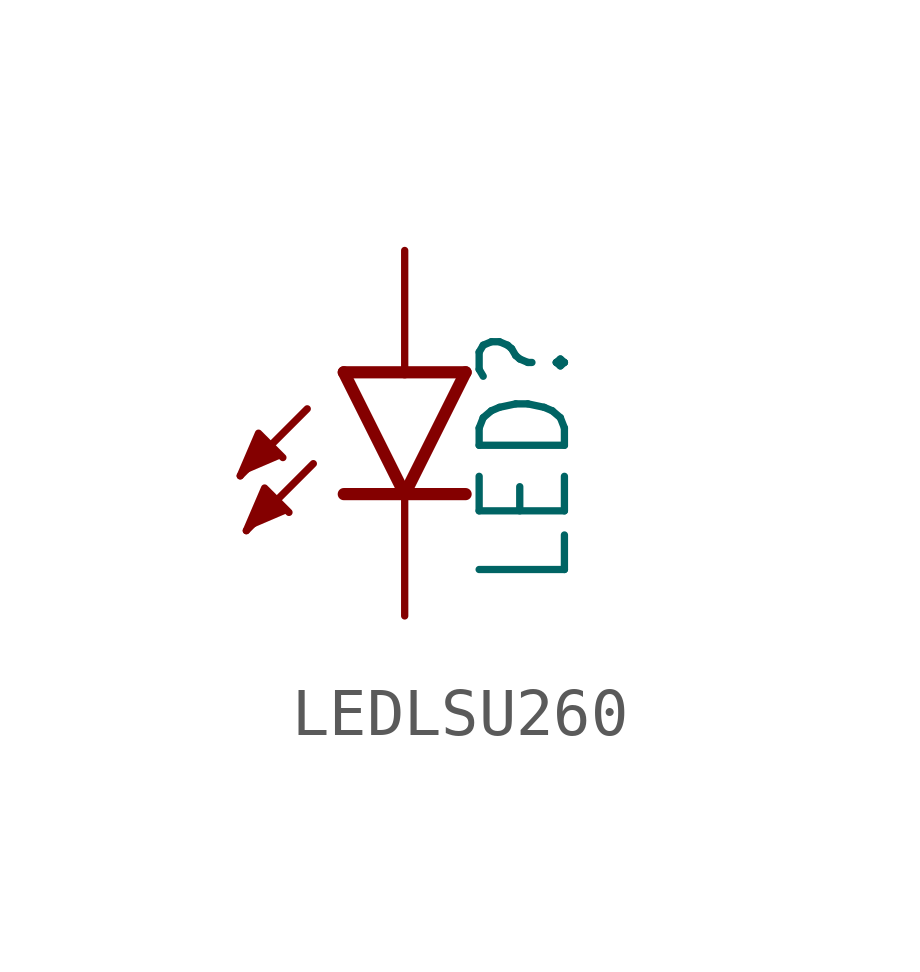
<source format=kicad_sym>
(kicad_symbol_lib
  (version 20231120)
  (generator "kicad_symbol_editor")
  (generator_version "8.0")
  (symbol "LEDLSU260"
    (property "Reference" "LED"
      (at 3.556 -4.572 90)
      (effects (font (size 1.778 1.511)) (justify left bottom)))
    (property "Value" ""
      (at 5.715 -4.572 90)
      (effects (font (size 1.778 1.511)) (justify left bottom)))
    (property "ki_locked" ""
      (at 0 0 0)
      (effects (font (size 1.27 1.27))))
    (symbol "LEDLSU260_1_0"
      (polyline (pts (xy -2.032 -0.762) (xy -3.429 -2.159)) (stroke (width 0.152) (type solid)) (fill (type none)))
      (polyline (pts (xy -1.905 -1.905) (xy -3.302 -3.302)) (stroke (width 0.152) (type solid)) (fill (type none)))
      (polyline (pts (xy 0 -2.54) (xy -1.27 -2.54)) (stroke (width 0.254) (type solid)) (fill (type none)))
      (polyline (pts (xy 0 -2.54) (xy -1.27 0)) (stroke (width 0.254) (type solid)) (fill (type none)))
      (polyline (pts (xy 0 0) (xy -1.27 0)) (stroke (width 0.254) (type solid)) (fill (type none)))
      (polyline (pts (xy 1.27 -2.54) (xy 0 -2.54)) (stroke (width 0.254) (type solid)) (fill (type none)))
      (polyline (pts (xy 1.27 0) (xy 0 -2.54)) (stroke (width 0.254) (type solid)) (fill (type none)))
      (polyline (pts (xy 1.27 0) (xy 0 0)) (stroke (width 0.254) (type solid)) (fill (type none)))
      (polyline (pts (xy -3.429 -2.159) (xy -3.048 -1.27) (xy -2.54 -1.778)) (stroke (width 0.152) (type solid)) (fill (type outline)))
      (polyline (pts (xy -3.302 -3.302) (xy -2.921 -2.413) (xy -2.413 -2.921)) (stroke (width 0.152) (type solid)) (fill (type outline)))
      (pin passive line (at 0 2.54 270) (length 2.54) (name "A" (effects (font (size 0 0)))) (number "A" (effects (font (size 0 0)))))
      (pin passive line (at 0 -5.08 90) (length 2.54) (name "C" (effects (font (size 0 0)))) (number "K" (effects (font (size 0 0))))))))
</source>
